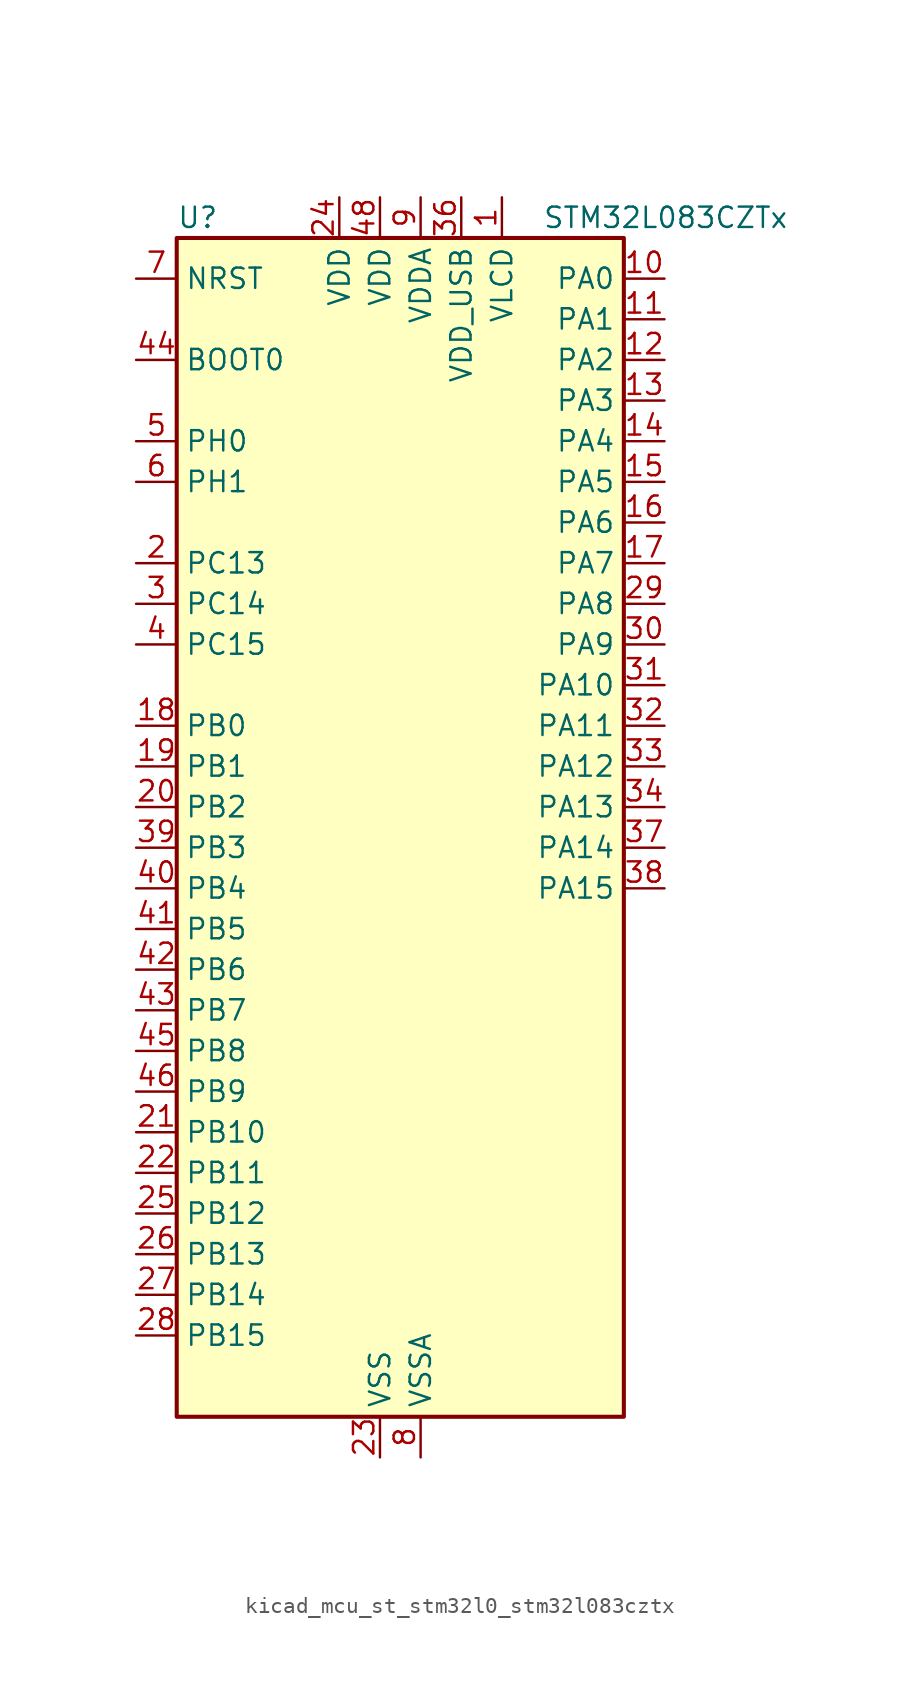
<source format=kicad_sym>
(kicad_symbol_lib
  (version 20220914)
  (generator kicad_symbol_editor)
  (symbol "kicad_mcu_st_stm32l0_stm32l083cztx"
    (property "Reference" "U"
      (at -12.7 39.37 0)
      (effects (font (size 1.27 1.27)) (justify left)))
    (property "Value" "STM32L083CZTx"
      (at 10.16 39.37 0)
      (effects (font (size 1.27 1.27)) (justify left)))
    (property "ki_locked" ""
      (at 0 0 0)
      (effects (font (size 1.27 1.27))))
    (symbol "kicad_mcu_st_stm32l0_stm32l083cztx_0_1"
      (rectangle (start -12.7 -35.56) (end 15.24 38.1) (stroke (width 0.254) (type default)) (fill (type background))))
    (symbol "kicad_mcu_st_stm32l0_stm32l083cztx_1_1"
      (pin power_in line (at 7.62 40.64 270) (length 2.54) (name "VLCD" (effects (font (size 1.27 1.27)))) (number "1" (effects (font (size 1.27 1.27)))))
      (pin bidirectional line (at 17.78 35.56 180) (length 2.54) (name "PA0" (effects (font (size 1.27 1.27)))) (number "10" (effects (font (size 1.27 1.27)))) (alternate "ADC_IN0" bidirectional line) (alternate "COMP1_INM" bidirectional line) (alternate "COMP1_OUT" bidirectional line) (alternate "RTC_TAMP2" bidirectional line) (alternate "SYS_WKUP1" bidirectional line) (alternate "TIM2_CH1" bidirectional line) (alternate "TIM2_ETR" bidirectional line) (alternate "TSC_G1_IO1" bidirectional line) (alternate "USART2_CTS" bidirectional line) (alternate "USART4_TX" bidirectional line))
      (pin bidirectional line (at 17.78 33.02 180) (length 2.54) (name "PA1" (effects (font (size 1.27 1.27)))) (number "11" (effects (font (size 1.27 1.27)))) (alternate "ADC_IN1" bidirectional line) (alternate "COMP1_INP" bidirectional line) (alternate "LCD_SEG0" bidirectional line) (alternate "TIM21_ETR" bidirectional line) (alternate "TIM2_CH2" bidirectional line) (alternate "TSC_G1_IO2" bidirectional line) (alternate "USART2_DE" bidirectional line) (alternate "USART2_RTS" bidirectional line) (alternate "USART4_RX" bidirectional line))
      (pin bidirectional line (at 17.78 30.48 180) (length 2.54) (name "PA2" (effects (font (size 1.27 1.27)))) (number "12" (effects (font (size 1.27 1.27)))) (alternate "ADC_IN2" bidirectional line) (alternate "COMP2_INM" bidirectional line) (alternate "COMP2_OUT" bidirectional line) (alternate "LCD_SEG1" bidirectional line) (alternate "LPUART1_TX" bidirectional line) (alternate "TIM21_CH1" bidirectional line) (alternate "TIM2_CH3" bidirectional line) (alternate "TSC_G1_IO3" bidirectional line) (alternate "USART2_TX" bidirectional line))
      (pin bidirectional line (at 17.78 27.94 180) (length 2.54) (name "PA3" (effects (font (size 1.27 1.27)))) (number "13" (effects (font (size 1.27 1.27)))) (alternate "ADC_IN3" bidirectional line) (alternate "COMP2_INP" bidirectional line) (alternate "LCD_SEG2" bidirectional line) (alternate "LPUART1_RX" bidirectional line) (alternate "TIM21_CH2" bidirectional line) (alternate "TIM2_CH4" bidirectional line) (alternate "TSC_G1_IO4" bidirectional line) (alternate "USART2_RX" bidirectional line))
      (pin bidirectional line (at 17.78 25.4 180) (length 2.54) (name "PA4" (effects (font (size 1.27 1.27)))) (number "14" (effects (font (size 1.27 1.27)))) (alternate "ADC_IN4" bidirectional line) (alternate "COMP1_INM" bidirectional line) (alternate "COMP2_INM" bidirectional line) (alternate "DAC_OUT1" bidirectional line) (alternate "SPI1_NSS" bidirectional line) (alternate "TIM22_ETR" bidirectional line) (alternate "TSC_G2_IO1" bidirectional line) (alternate "USART2_CK" bidirectional line))
      (pin bidirectional line (at 17.78 22.86 180) (length 2.54) (name "PA5" (effects (font (size 1.27 1.27)))) (number "15" (effects (font (size 1.27 1.27)))) (alternate "ADC_IN5" bidirectional line) (alternate "COMP1_INM" bidirectional line) (alternate "COMP2_INM" bidirectional line) (alternate "DAC_OUT2" bidirectional line) (alternate "SPI1_SCK" bidirectional line) (alternate "TIM2_CH1" bidirectional line) (alternate "TIM2_ETR" bidirectional line) (alternate "TSC_G2_IO2" bidirectional line))
      (pin bidirectional line (at 17.78 20.32 180) (length 2.54) (name "PA6" (effects (font (size 1.27 1.27)))) (number "16" (effects (font (size 1.27 1.27)))) (alternate "ADC_IN6" bidirectional line) (alternate "COMP1_OUT" bidirectional line) (alternate "LCD_SEG3" bidirectional line) (alternate "LPUART1_CTS" bidirectional line) (alternate "SPI1_MISO" bidirectional line) (alternate "TIM22_CH1" bidirectional line) (alternate "TIM3_CH1" bidirectional line) (alternate "TSC_G2_IO3" bidirectional line))
      (pin bidirectional line (at 17.78 17.78 180) (length 2.54) (name "PA7" (effects (font (size 1.27 1.27)))) (number "17" (effects (font (size 1.27 1.27)))) (alternate "ADC_IN7" bidirectional line) (alternate "COMP2_OUT" bidirectional line) (alternate "LCD_SEG4" bidirectional line) (alternate "SPI1_MOSI" bidirectional line) (alternate "TIM22_CH2" bidirectional line) (alternate "TIM3_CH2" bidirectional line) (alternate "TSC_G2_IO4" bidirectional line))
      (pin bidirectional line (at -15.24 7.62 0) (length 2.54) (name "PB0" (effects (font (size 1.27 1.27)))) (number "18" (effects (font (size 1.27 1.27)))) (alternate "ADC_IN8" bidirectional line) (alternate "LCD_SEG5" bidirectional line) (alternate "LCD_VLCD3" bidirectional line) (alternate "SYS_VREF_OUT_PB0" bidirectional line) (alternate "TIM3_CH3" bidirectional line) (alternate "TSC_G3_IO2" bidirectional line))
      (pin bidirectional line (at -15.24 5.08 0) (length 2.54) (name "PB1" (effects (font (size 1.27 1.27)))) (number "19" (effects (font (size 1.27 1.27)))) (alternate "ADC_IN9" bidirectional line) (alternate "LCD_SEG6" bidirectional line) (alternate "LPUART1_DE" bidirectional line) (alternate "LPUART1_RTS" bidirectional line) (alternate "SYS_VREF_OUT_PB1" bidirectional line) (alternate "TIM3_CH4" bidirectional line) (alternate "TSC_G3_IO3" bidirectional line))
      (pin bidirectional line (at -15.24 17.78 0) (length 2.54) (name "PC13" (effects (font (size 1.27 1.27)))) (number "2" (effects (font (size 1.27 1.27)))) (alternate "RTC_OUT_ALARM" bidirectional line) (alternate "RTC_OUT_CALIB" bidirectional line) (alternate "RTC_TAMP1" bidirectional line) (alternate "RTC_TS" bidirectional line) (alternate "SYS_WKUP2" bidirectional line))
      (pin bidirectional line (at -15.24 2.54 0) (length 2.54) (name "PB2" (effects (font (size 1.27 1.27)))) (number "20" (effects (font (size 1.27 1.27)))) (alternate "I2C3_SMBA" bidirectional line) (alternate "LCD_VLCD2" bidirectional line) (alternate "LPTIM1_OUT" bidirectional line) (alternate "TSC_G3_IO4" bidirectional line))
      (pin bidirectional line (at -15.24 -17.78 0) (length 2.54) (name "PB10" (effects (font (size 1.27 1.27)))) (number "21" (effects (font (size 1.27 1.27)))) (alternate "I2C2_SCL" bidirectional line) (alternate "LCD_SEG10" bidirectional line) (alternate "LPUART1_RX" bidirectional line) (alternate "LPUART1_TX" bidirectional line) (alternate "SPI2_SCK" bidirectional line) (alternate "TIM2_CH3" bidirectional line) (alternate "TSC_SYNC" bidirectional line))
      (pin bidirectional line (at -15.24 -20.32 0) (length 2.54) (name "PB11" (effects (font (size 1.27 1.27)))) (number "22" (effects (font (size 1.27 1.27)))) (alternate "ADC_EXTI11" bidirectional line) (alternate "I2C2_SDA" bidirectional line) (alternate "LCD_SEG11" bidirectional line) (alternate "LPUART1_RX" bidirectional line) (alternate "LPUART1_TX" bidirectional line) (alternate "TIM2_CH4" bidirectional line) (alternate "TSC_G6_IO1" bidirectional line))
      (pin power_in line (at 0 -38.1 90) (length 2.54) (name "VSS" (effects (font (size 1.27 1.27)))) (number "23" (effects (font (size 1.27 1.27)))))
      (pin power_in line (at -2.54 40.64 270) (length 2.54) (name "VDD" (effects (font (size 1.27 1.27)))) (number "24" (effects (font (size 1.27 1.27)))))
      (pin bidirectional line (at -15.24 -22.86 0) (length 2.54) (name "PB12" (effects (font (size 1.27 1.27)))) (number "25" (effects (font (size 1.27 1.27)))) (alternate "I2S2_WS" bidirectional line) (alternate "LCD_SEG12" bidirectional line) (alternate "LCD_VLCD2" bidirectional line) (alternate "LPUART1_DE" bidirectional line) (alternate "LPUART1_RTS" bidirectional line) (alternate "SPI2_NSS" bidirectional line) (alternate "TSC_G6_IO2" bidirectional line))
      (pin bidirectional line (at -15.24 -25.4 0) (length 2.54) (name "PB13" (effects (font (size 1.27 1.27)))) (number "26" (effects (font (size 1.27 1.27)))) (alternate "I2C2_SCL" bidirectional line) (alternate "I2S2_CK" bidirectional line) (alternate "LCD_SEG13" bidirectional line) (alternate "LPUART1_CTS" bidirectional line) (alternate "RCC_MCO" bidirectional line) (alternate "SPI2_SCK" bidirectional line) (alternate "TIM21_CH1" bidirectional line) (alternate "TSC_G6_IO3" bidirectional line))
      (pin bidirectional line (at -15.24 -27.94 0) (length 2.54) (name "PB14" (effects (font (size 1.27 1.27)))) (number "27" (effects (font (size 1.27 1.27)))) (alternate "I2C2_SDA" bidirectional line) (alternate "I2S2_MCK" bidirectional line) (alternate "LCD_SEG14" bidirectional line) (alternate "LPUART1_DE" bidirectional line) (alternate "LPUART1_RTS" bidirectional line) (alternate "RTC_OUT_ALARM" bidirectional line) (alternate "RTC_OUT_CALIB" bidirectional line) (alternate "SPI2_MISO" bidirectional line) (alternate "TIM21_CH2" bidirectional line) (alternate "TSC_G6_IO4" bidirectional line))
      (pin bidirectional line (at -15.24 -30.48 0) (length 2.54) (name "PB15" (effects (font (size 1.27 1.27)))) (number "28" (effects (font (size 1.27 1.27)))) (alternate "I2S2_SD" bidirectional line) (alternate "LCD_SEG15" bidirectional line) (alternate "RTC_REFIN" bidirectional line) (alternate "SPI2_MOSI" bidirectional line))
      (pin bidirectional line (at 17.78 15.24 180) (length 2.54) (name "PA8" (effects (font (size 1.27 1.27)))) (number "29" (effects (font (size 1.27 1.27)))) (alternate "CRS_SYNC" bidirectional line) (alternate "I2C3_SCL" bidirectional line) (alternate "LCD_COM0" bidirectional line) (alternate "RCC_MCO" bidirectional line) (alternate "USART1_CK" bidirectional line))
      (pin bidirectional line (at -15.24 15.24 0) (length 2.54) (name "PC14" (effects (font (size 1.27 1.27)))) (number "3" (effects (font (size 1.27 1.27)))) (alternate "RCC_OSC32_IN" bidirectional line))
      (pin bidirectional line (at 17.78 12.7 180) (length 2.54) (name "PA9" (effects (font (size 1.27 1.27)))) (number "30" (effects (font (size 1.27 1.27)))) (alternate "DAC_EXTI9" bidirectional line) (alternate "I2C1_SCL" bidirectional line) (alternate "I2C3_SMBA" bidirectional line) (alternate "LCD_COM1" bidirectional line) (alternate "RCC_MCO" bidirectional line) (alternate "TSC_G4_IO1" bidirectional line) (alternate "USART1_TX" bidirectional line))
      (pin bidirectional line (at 17.78 10.16 180) (length 2.54) (name "PA10" (effects (font (size 1.27 1.27)))) (number "31" (effects (font (size 1.27 1.27)))) (alternate "I2C1_SDA" bidirectional line) (alternate "LCD_COM2" bidirectional line) (alternate "TSC_G4_IO2" bidirectional line) (alternate "USART1_RX" bidirectional line))
      (pin bidirectional line (at 17.78 7.62 180) (length 2.54) (name "PA11" (effects (font (size 1.27 1.27)))) (number "32" (effects (font (size 1.27 1.27)))) (alternate "ADC_EXTI11" bidirectional line) (alternate "COMP1_OUT" bidirectional line) (alternate "SPI1_MISO" bidirectional line) (alternate "TSC_G4_IO3" bidirectional line) (alternate "USART1_CTS" bidirectional line) (alternate "USB_DM" bidirectional line))
      (pin bidirectional line (at 17.78 5.08 180) (length 2.54) (name "PA12" (effects (font (size 1.27 1.27)))) (number "33" (effects (font (size 1.27 1.27)))) (alternate "COMP2_OUT" bidirectional line) (alternate "SPI1_MOSI" bidirectional line) (alternate "TSC_G4_IO4" bidirectional line) (alternate "USART1_DE" bidirectional line) (alternate "USART1_RTS" bidirectional line) (alternate "USB_DP" bidirectional line))
      (pin bidirectional line (at 17.78 2.54 180) (length 2.54) (name "PA13" (effects (font (size 1.27 1.27)))) (number "34" (effects (font (size 1.27 1.27)))) (alternate "LPUART1_RX" bidirectional line) (alternate "SYS_SWDIO" bidirectional line) (alternate "USB_NOE" bidirectional line))
      (pin passive line (at 0 -38.1 90) (length 2.54) hide (name "VSS" (effects (font (size 1.27 1.27)))) (number "35" (effects (font (size 1.27 1.27)))))
      (pin power_in line (at 5.08 40.64 270) (length 2.54) (name "VDD_USB" (effects (font (size 1.27 1.27)))) (number "36" (effects (font (size 1.27 1.27)))))
      (pin bidirectional line (at 17.78 0 180) (length 2.54) (name "PA14" (effects (font (size 1.27 1.27)))) (number "37" (effects (font (size 1.27 1.27)))) (alternate "LPUART1_TX" bidirectional line) (alternate "SYS_SWCLK" bidirectional line) (alternate "USART2_TX" bidirectional line))
      (pin bidirectional line (at 17.78 -2.54 180) (length 2.54) (name "PA15" (effects (font (size 1.27 1.27)))) (number "38" (effects (font (size 1.27 1.27)))) (alternate "LCD_SEG17" bidirectional line) (alternate "SPI1_NSS" bidirectional line) (alternate "TIM2_CH1" bidirectional line) (alternate "TIM2_ETR" bidirectional line) (alternate "USART2_RX" bidirectional line) (alternate "USART4_DE" bidirectional line) (alternate "USART4_RTS" bidirectional line))
      (pin bidirectional line (at -15.24 0 0) (length 2.54) (name "PB3" (effects (font (size 1.27 1.27)))) (number "39" (effects (font (size 1.27 1.27)))) (alternate "COMP2_INM" bidirectional line) (alternate "LCD_SEG7" bidirectional line) (alternate "SPI1_SCK" bidirectional line) (alternate "TIM2_CH2" bidirectional line) (alternate "TSC_G5_IO1" bidirectional line) (alternate "USART1_DE" bidirectional line) (alternate "USART1_RTS" bidirectional line) (alternate "USART5_TX" bidirectional line))
      (pin bidirectional line (at -15.24 12.7 0) (length 2.54) (name "PC15" (effects (font (size 1.27 1.27)))) (number "4" (effects (font (size 1.27 1.27)))) (alternate "RCC_OSC32_OUT" bidirectional line))
      (pin bidirectional line (at -15.24 -2.54 0) (length 2.54) (name "PB4" (effects (font (size 1.27 1.27)))) (number "40" (effects (font (size 1.27 1.27)))) (alternate "COMP2_INP" bidirectional line) (alternate "I2C3_SDA" bidirectional line) (alternate "LCD_SEG8" bidirectional line) (alternate "SPI1_MISO" bidirectional line) (alternate "TIM22_CH1" bidirectional line) (alternate "TIM3_CH1" bidirectional line) (alternate "TSC_G5_IO2" bidirectional line) (alternate "USART1_CTS" bidirectional line) (alternate "USART5_RX" bidirectional line))
      (pin bidirectional line (at -15.24 -5.08 0) (length 2.54) (name "PB5" (effects (font (size 1.27 1.27)))) (number "41" (effects (font (size 1.27 1.27)))) (alternate "COMP2_INP" bidirectional line) (alternate "I2C1_SMBA" bidirectional line) (alternate "LCD_SEG9" bidirectional line) (alternate "LPTIM1_IN1" bidirectional line) (alternate "SPI1_MOSI" bidirectional line) (alternate "TIM22_CH2" bidirectional line) (alternate "TIM3_CH2" bidirectional line) (alternate "USART1_CK" bidirectional line) (alternate "USART5_CK" bidirectional line) (alternate "USART5_DE" bidirectional line) (alternate "USART5_RTS" bidirectional line))
      (pin bidirectional line (at -15.24 -7.62 0) (length 2.54) (name "PB6" (effects (font (size 1.27 1.27)))) (number "42" (effects (font (size 1.27 1.27)))) (alternate "COMP2_INP" bidirectional line) (alternate "I2C1_SCL" bidirectional line) (alternate "LPTIM1_ETR" bidirectional line) (alternate "TSC_G5_IO3" bidirectional line) (alternate "USART1_TX" bidirectional line))
      (pin bidirectional line (at -15.24 -10.16 0) (length 2.54) (name "PB7" (effects (font (size 1.27 1.27)))) (number "43" (effects (font (size 1.27 1.27)))) (alternate "COMP2_INP" bidirectional line) (alternate "I2C1_SDA" bidirectional line) (alternate "LPTIM1_IN2" bidirectional line) (alternate "SYS_PVD_IN" bidirectional line) (alternate "TSC_G5_IO4" bidirectional line) (alternate "USART1_RX" bidirectional line) (alternate "USART4_CTS" bidirectional line))
      (pin input line (at -15.24 30.48 0) (length 2.54) (name "BOOT0" (effects (font (size 1.27 1.27)))) (number "44" (effects (font (size 1.27 1.27)))))
      (pin bidirectional line (at -15.24 -12.7 0) (length 2.54) (name "PB8" (effects (font (size 1.27 1.27)))) (number "45" (effects (font (size 1.27 1.27)))) (alternate "I2C1_SCL" bidirectional line) (alternate "LCD_SEG16" bidirectional line) (alternate "TSC_SYNC" bidirectional line))
      (pin bidirectional line (at -15.24 -15.24 0) (length 2.54) (name "PB9" (effects (font (size 1.27 1.27)))) (number "46" (effects (font (size 1.27 1.27)))) (alternate "DAC_EXTI9" bidirectional line) (alternate "I2C1_SDA" bidirectional line) (alternate "I2S2_WS" bidirectional line) (alternate "LCD_COM3" bidirectional line) (alternate "SPI2_NSS" bidirectional line))
      (pin passive line (at 0 -38.1 90) (length 2.54) hide (name "VSS" (effects (font (size 1.27 1.27)))) (number "47" (effects (font (size 1.27 1.27)))))
      (pin power_in line (at 0 40.64 270) (length 2.54) (name "VDD" (effects (font (size 1.27 1.27)))) (number "48" (effects (font (size 1.27 1.27)))))
      (pin bidirectional line (at -15.24 25.4 0) (length 2.54) (name "PH0" (effects (font (size 1.27 1.27)))) (number "5" (effects (font (size 1.27 1.27)))) (alternate "CRS_SYNC" bidirectional line) (alternate "RCC_OSC_IN" bidirectional line))
      (pin bidirectional line (at -15.24 22.86 0) (length 2.54) (name "PH1" (effects (font (size 1.27 1.27)))) (number "6" (effects (font (size 1.27 1.27)))) (alternate "RCC_OSC_OUT" bidirectional line))
      (pin input line (at -15.24 35.56 0) (length 2.54) (name "NRST" (effects (font (size 1.27 1.27)))) (number "7" (effects (font (size 1.27 1.27)))))
      (pin power_in line (at 2.54 -38.1 90) (length 2.54) (name "VSSA" (effects (font (size 1.27 1.27)))) (number "8" (effects (font (size 1.27 1.27)))))
      (pin power_in line (at 2.54 40.64 270) (length 2.54) (name "VDDA" (effects (font (size 1.27 1.27)))) (number "9" (effects (font (size 1.27 1.27))))))))
</source>
